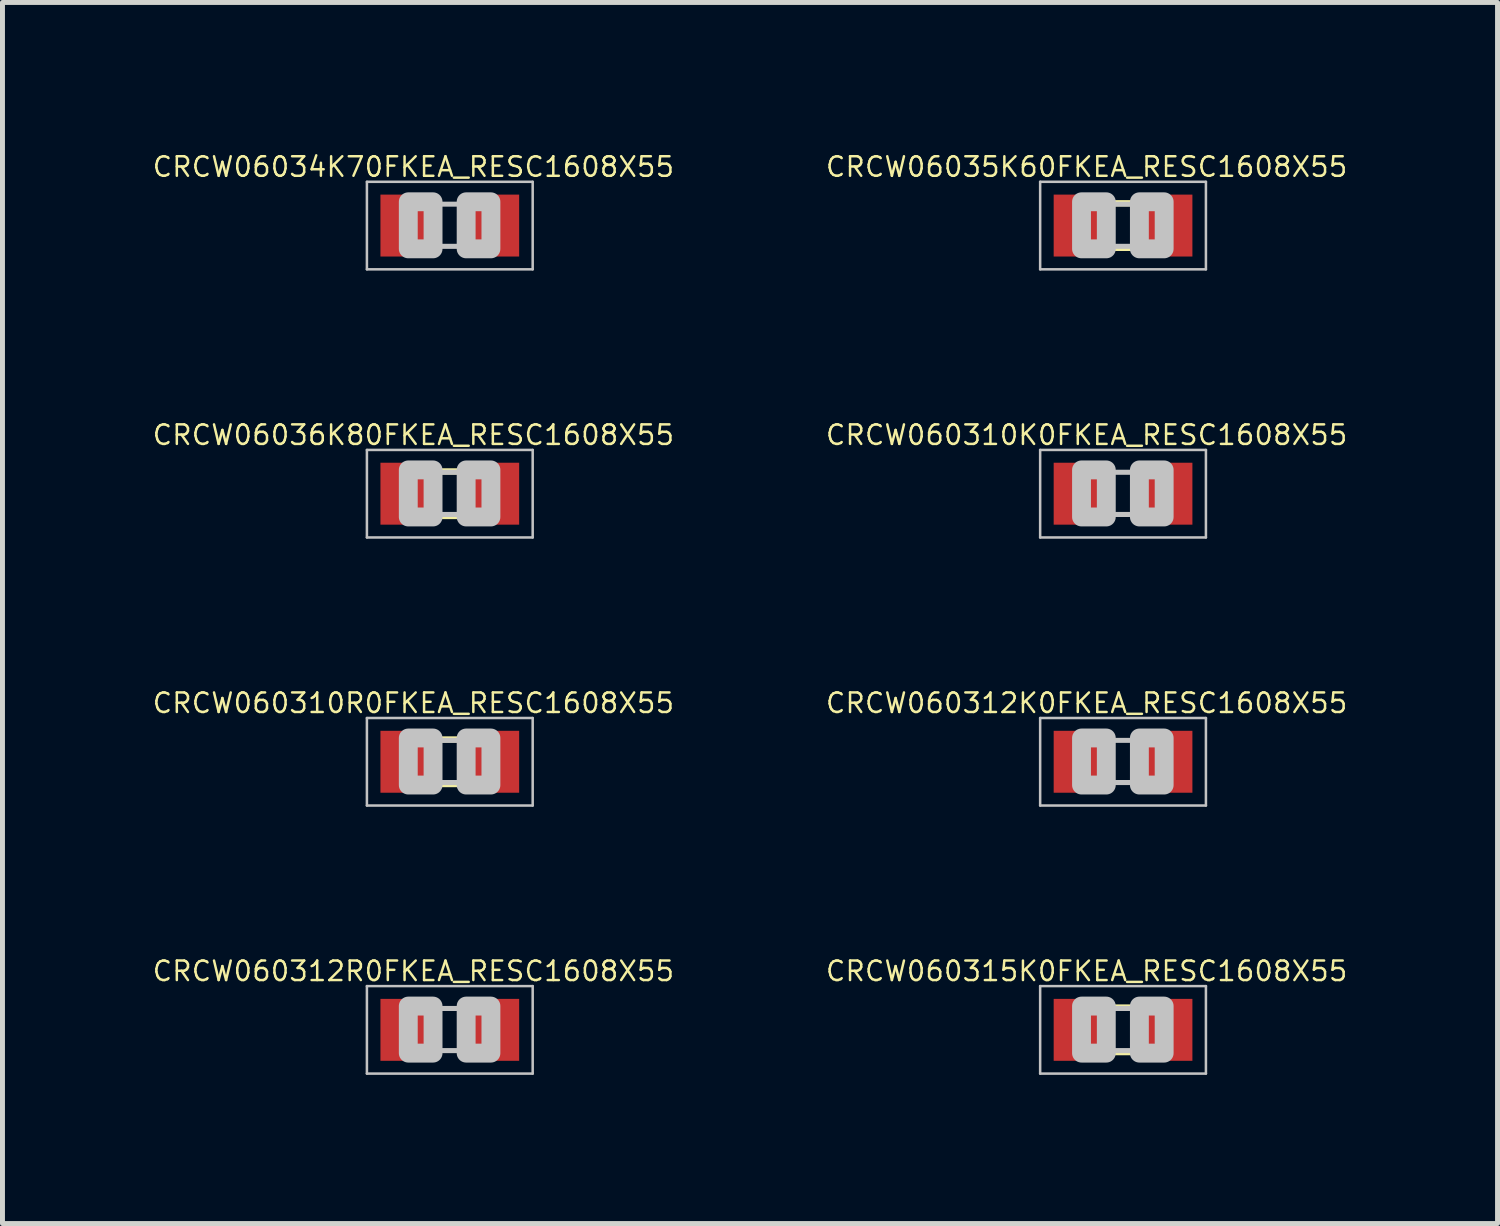
<source format=kicad_pcb>
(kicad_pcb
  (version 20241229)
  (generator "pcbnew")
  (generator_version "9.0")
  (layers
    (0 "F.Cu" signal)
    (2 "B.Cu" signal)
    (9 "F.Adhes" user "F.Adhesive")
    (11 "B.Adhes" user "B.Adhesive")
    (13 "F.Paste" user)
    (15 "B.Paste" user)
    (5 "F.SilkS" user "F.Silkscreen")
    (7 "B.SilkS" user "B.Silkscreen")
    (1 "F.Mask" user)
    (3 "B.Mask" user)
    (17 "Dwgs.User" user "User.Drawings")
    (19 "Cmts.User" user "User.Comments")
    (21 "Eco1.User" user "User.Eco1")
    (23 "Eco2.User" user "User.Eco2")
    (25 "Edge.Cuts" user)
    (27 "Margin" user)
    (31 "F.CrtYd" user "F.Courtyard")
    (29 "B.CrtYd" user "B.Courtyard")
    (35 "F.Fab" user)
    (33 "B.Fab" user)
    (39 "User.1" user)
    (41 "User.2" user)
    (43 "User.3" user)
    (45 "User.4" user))
  (footprint "CRCW060315K0FKEA_RESC1608X55"
    (layer "F.Cu")
    (at 19.618 17.737)
    (property "Reference" "CRCW060315K0FKEA_RESC1608X55" (at -0.735 -1.185 0) (layer "F.SilkS") (effects (font (size 0.394 0.394) (thickness 0.05))))
    (attr smd)
    (fp_line (start -0.15 -0.45) (end 0.15 -0.45) (stroke (width 0.127) (type solid)) (layer "F.SilkS"))
    (fp_line (start -0.15 0.45) (end 0.15 0.45) (stroke (width 0.127) (type solid)) (layer "F.SilkS"))
    (fp_line (start -1.673 -0.883) (end 1.673 -0.883) (stroke (width 0.051) (type solid)) (layer "Dwgs.User"))
    (fp_line (start -1.673 0.883) (end -1.673 -0.883) (stroke (width 0.051) (type solid)) (layer "Dwgs.User"))
    (fp_line (start -0.356 -0.432) (end 0.356 -0.432) (stroke (width 0.102) (type solid)) (layer "Dwgs.User"))
    (fp_line (start -0.356 0.419) (end 0.356 0.419) (stroke (width 0.102) (type solid)) (layer "Dwgs.User"))
    (fp_line (start 1.673 -0.883) (end 1.673 0.883) (stroke (width 0.051) (type solid)) (layer "Dwgs.User"))
    (fp_line (start 1.673 0.883) (end -1.673 0.883) (stroke (width 0.051) (type solid)) (layer "Dwgs.User"))
    (fp_poly (pts (xy -0.838 -0.48) (xy -0.338 -0.48) (xy -0.338 0.47) (xy -0.838 0.47)) (stroke (width 0.381) (type solid)) (fill no) (layer "Dwgs.User"))
    (fp_poly (pts (xy 0.33 -0.48) (xy 0.83 -0.48) (xy 0.83 0.47) (xy 0.33 0.47)) (stroke (width 0.381) (type solid)) (fill no) (layer "Dwgs.User"))
    (pad "1" smd rect (at -0.85 0) (size 1.1 1.25) (layers "F.Cu" "F.Mask" "F.Paste"))
    (pad "2" smd rect (at 0.85 0) (size 1.1 1.25) (layers "F.Cu" "F.Mask" "F.Paste")))
  (footprint "CRCW06034K70FKEA_RESC1608X55"
    (layer "F.Cu")
    (at 6.029 1.503)
    (property "Reference" "CRCW06034K70FKEA_RESC1608X55" (at -0.735 -1.185 0) (layer "F.SilkS") (effects (font (size 0.394 0.394) (thickness 0.05))))
    (attr smd)
    (fp_line (start -1.673 -0.883) (end 1.673 -0.883) (stroke (width 0.051) (type solid)) (layer "Dwgs.User"))
    (fp_line (start -1.673 0.883) (end -1.673 -0.883) (stroke (width 0.051) (type solid)) (layer "Dwgs.User"))
    (fp_line (start -0.356 -0.432) (end 0.356 -0.432) (stroke (width 0.102) (type solid)) (layer "Dwgs.User"))
    (fp_line (start -0.356 0.419) (end 0.356 0.419) (stroke (width 0.102) (type solid)) (layer "Dwgs.User"))
    (fp_line (start 1.673 -0.883) (end 1.673 0.883) (stroke (width 0.051) (type solid)) (layer "Dwgs.User"))
    (fp_line (start 1.673 0.883) (end -1.673 0.883) (stroke (width 0.051) (type solid)) (layer "Dwgs.User"))
    (fp_poly (pts (xy -0.838 -0.48) (xy -0.338 -0.48) (xy -0.338 0.47) (xy -0.838 0.47)) (stroke (width 0.381) (type solid)) (fill no) (layer "Dwgs.User"))
    (fp_poly (pts (xy 0.33 -0.48) (xy 0.83 -0.48) (xy 0.83 0.47) (xy 0.33 0.47)) (stroke (width 0.381) (type solid)) (fill no) (layer "Dwgs.User"))
    (pad "1" smd rect (at -0.85 0) (size 1.1 1.25) (layers "F.Cu" "F.Mask" "F.Paste"))
    (pad "2" smd rect (at 0.85 0) (size 1.1 1.25) (layers "F.Cu" "F.Mask" "F.Paste")))
  (footprint "CRCW060312R0FKEA_RESC1608X55"
    (layer "F.Cu")
    (at 6.029 17.737)
    (property "Reference" "CRCW060312R0FKEA_RESC1608X55" (at -0.735 -1.185 0) (layer "F.SilkS") (effects (font (size 0.394 0.394) (thickness 0.05))))
    (attr smd)
    (fp_line (start -1.673 -0.883) (end 1.673 -0.883) (stroke (width 0.051) (type solid)) (layer "Dwgs.User"))
    (fp_line (start -1.673 0.883) (end -1.673 -0.883) (stroke (width 0.051) (type solid)) (layer "Dwgs.User"))
    (fp_line (start -0.356 -0.432) (end 0.356 -0.432) (stroke (width 0.102) (type solid)) (layer "Dwgs.User"))
    (fp_line (start -0.356 0.419) (end 0.356 0.419) (stroke (width 0.102) (type solid)) (layer "Dwgs.User"))
    (fp_line (start 1.673 -0.883) (end 1.673 0.883) (stroke (width 0.051) (type solid)) (layer "Dwgs.User"))
    (fp_line (start 1.673 0.883) (end -1.673 0.883) (stroke (width 0.051) (type solid)) (layer "Dwgs.User"))
    (fp_poly (pts (xy -0.838 -0.48) (xy -0.338 -0.48) (xy -0.338 0.47) (xy -0.838 0.47)) (stroke (width 0.381) (type solid)) (fill no) (layer "Dwgs.User"))
    (fp_poly (pts (xy 0.33 -0.48) (xy 0.83 -0.48) (xy 0.83 0.47) (xy 0.33 0.47)) (stroke (width 0.381) (type solid)) (fill no) (layer "Dwgs.User"))
    (pad "1" smd rect (at -0.85 0) (size 1.1 1.25) (layers "F.Cu" "F.Mask" "F.Paste"))
    (pad "2" smd rect (at 0.85 0) (size 1.1 1.25) (layers "F.Cu" "F.Mask" "F.Paste")))
  (footprint "CRCW06036K80FKEA_RESC1608X55"
    (layer "F.Cu")
    (at 6.029 6.915)
    (property "Reference" "CRCW06036K80FKEA_RESC1608X55" (at -0.735 -1.185 0) (layer "F.SilkS") (effects (font (size 0.394 0.394) (thickness 0.05))))
    (attr smd)
    (fp_line (start -0.15 -0.45) (end 0.15 -0.45) (stroke (width 0.127) (type solid)) (layer "F.SilkS"))
    (fp_line (start -0.15 0.45) (end 0.15 0.45) (stroke (width 0.127) (type solid)) (layer "F.SilkS"))
    (fp_line (start -1.673 -0.883) (end 1.673 -0.883) (stroke (width 0.051) (type solid)) (layer "Dwgs.User"))
    (fp_line (start -1.673 0.883) (end -1.673 -0.883) (stroke (width 0.051) (type solid)) (layer "Dwgs.User"))
    (fp_line (start -0.356 -0.432) (end 0.356 -0.432) (stroke (width 0.102) (type solid)) (layer "Dwgs.User"))
    (fp_line (start -0.356 0.419) (end 0.356 0.419) (stroke (width 0.102) (type solid)) (layer "Dwgs.User"))
    (fp_line (start 1.673 -0.883) (end 1.673 0.883) (stroke (width 0.051) (type solid)) (layer "Dwgs.User"))
    (fp_line (start 1.673 0.883) (end -1.673 0.883) (stroke (width 0.051) (type solid)) (layer "Dwgs.User"))
    (fp_poly (pts (xy -0.838 -0.48) (xy -0.338 -0.48) (xy -0.338 0.47) (xy -0.838 0.47)) (stroke (width 0.381) (type solid)) (fill no) (layer "Dwgs.User"))
    (fp_poly (pts (xy 0.33 -0.48) (xy 0.83 -0.48) (xy 0.83 0.47) (xy 0.33 0.47)) (stroke (width 0.381) (type solid)) (fill no) (layer "Dwgs.User"))
    (pad "1" smd rect (at -0.85 0) (size 1.1 1.25) (layers "F.Cu" "F.Mask" "F.Paste"))
    (pad "2" smd rect (at 0.85 0) (size 1.1 1.25) (layers "F.Cu" "F.Mask" "F.Paste")))
  (footprint "CRCW060310R0FKEA_RESC1608X55"
    (layer "F.Cu")
    (at 6.029 12.326)
    (property "Reference" "CRCW060310R0FKEA_RESC1608X55" (at -0.735 -1.185 0) (layer "F.SilkS") (effects (font (size 0.394 0.394) (thickness 0.05))))
    (attr smd)
    (fp_line (start -0.15 -0.45) (end 0.15 -0.45) (stroke (width 0.127) (type solid)) (layer "F.SilkS"))
    (fp_line (start -0.15 0.45) (end 0.15 0.45) (stroke (width 0.127) (type solid)) (layer "F.SilkS"))
    (fp_line (start -1.673 -0.883) (end 1.673 -0.883) (stroke (width 0.051) (type solid)) (layer "Dwgs.User"))
    (fp_line (start -1.673 0.883) (end -1.673 -0.883) (stroke (width 0.051) (type solid)) (layer "Dwgs.User"))
    (fp_line (start -0.356 -0.432) (end 0.356 -0.432) (stroke (width 0.102) (type solid)) (layer "Dwgs.User"))
    (fp_line (start -0.356 0.419) (end 0.356 0.419) (stroke (width 0.102) (type solid)) (layer "Dwgs.User"))
    (fp_line (start 1.673 -0.883) (end 1.673 0.883) (stroke (width 0.051) (type solid)) (layer "Dwgs.User"))
    (fp_line (start 1.673 0.883) (end -1.673 0.883) (stroke (width 0.051) (type solid)) (layer "Dwgs.User"))
    (fp_poly (pts (xy -0.838 -0.48) (xy -0.338 -0.48) (xy -0.338 0.47) (xy -0.838 0.47)) (stroke (width 0.381) (type solid)) (fill no) (layer "Dwgs.User"))
    (fp_poly (pts (xy 0.33 -0.48) (xy 0.83 -0.48) (xy 0.83 0.47) (xy 0.33 0.47)) (stroke (width 0.381) (type solid)) (fill no) (layer "Dwgs.User"))
    (pad "1" smd rect (at -0.85 0) (size 1.1 1.25) (layers "F.Cu" "F.Mask" "F.Paste"))
    (pad "2" smd rect (at 0.85 0) (size 1.1 1.25) (layers "F.Cu" "F.Mask" "F.Paste")))
  (footprint "CRCW060310K0FKEA_RESC1608X55"
    (layer "F.Cu")
    (at 19.618 6.915)
    (property "Reference" "CRCW060310K0FKEA_RESC1608X55" (at -0.735 -1.185 0) (layer "F.SilkS") (effects (font (size 0.394 0.394) (thickness 0.05))))
    (attr smd)
    (fp_line (start -1.673 -0.883) (end 1.673 -0.883) (stroke (width 0.051) (type solid)) (layer "Dwgs.User"))
    (fp_line (start -1.673 0.883) (end -1.673 -0.883) (stroke (width 0.051) (type solid)) (layer "Dwgs.User"))
    (fp_line (start -0.356 -0.432) (end 0.356 -0.432) (stroke (width 0.102) (type solid)) (layer "Dwgs.User"))
    (fp_line (start -0.356 0.419) (end 0.356 0.419) (stroke (width 0.102) (type solid)) (layer "Dwgs.User"))
    (fp_line (start 1.673 -0.883) (end 1.673 0.883) (stroke (width 0.051) (type solid)) (layer "Dwgs.User"))
    (fp_line (start 1.673 0.883) (end -1.673 0.883) (stroke (width 0.051) (type solid)) (layer "Dwgs.User"))
    (fp_poly (pts (xy -0.838 -0.48) (xy -0.338 -0.48) (xy -0.338 0.47) (xy -0.838 0.47)) (stroke (width 0.381) (type solid)) (fill no) (layer "Dwgs.User"))
    (fp_poly (pts (xy 0.33 -0.48) (xy 0.83 -0.48) (xy 0.83 0.47) (xy 0.33 0.47)) (stroke (width 0.381) (type solid)) (fill no) (layer "Dwgs.User"))
    (pad "1" smd rect (at -0.85 0) (size 1.1 1.25) (layers "F.Cu" "F.Mask" "F.Paste"))
    (pad "2" smd rect (at 0.85 0) (size 1.1 1.25) (layers "F.Cu" "F.Mask" "F.Paste")))
  (footprint "CRCW06035K60FKEA_RESC1608X55"
    (layer "F.Cu")
    (at 19.618 1.503)
    (property "Reference" "CRCW06035K60FKEA_RESC1608X55" (at -0.735 -1.185 0) (layer "F.SilkS") (effects (font (size 0.394 0.394) (thickness 0.05))))
    (attr smd)
    (fp_line (start -0.15 -0.45) (end 0.15 -0.45) (stroke (width 0.127) (type solid)) (layer "F.SilkS"))
    (fp_line (start -0.15 0.45) (end 0.15 0.45) (stroke (width 0.127) (type solid)) (layer "F.SilkS"))
    (fp_line (start -1.673 -0.883) (end 1.673 -0.883) (stroke (width 0.051) (type solid)) (layer "Dwgs.User"))
    (fp_line (start -1.673 0.883) (end -1.673 -0.883) (stroke (width 0.051) (type solid)) (layer "Dwgs.User"))
    (fp_line (start -0.356 -0.432) (end 0.356 -0.432) (stroke (width 0.102) (type solid)) (layer "Dwgs.User"))
    (fp_line (start -0.356 0.419) (end 0.356 0.419) (stroke (width 0.102) (type solid)) (layer "Dwgs.User"))
    (fp_line (start 1.673 -0.883) (end 1.673 0.883) (stroke (width 0.051) (type solid)) (layer "Dwgs.User"))
    (fp_line (start 1.673 0.883) (end -1.673 0.883) (stroke (width 0.051) (type solid)) (layer "Dwgs.User"))
    (fp_poly (pts (xy -0.838 -0.48) (xy -0.338 -0.48) (xy -0.338 0.47) (xy -0.838 0.47)) (stroke (width 0.381) (type solid)) (fill no) (layer "Dwgs.User"))
    (fp_poly (pts (xy 0.33 -0.48) (xy 0.83 -0.48) (xy 0.83 0.47) (xy 0.33 0.47)) (stroke (width 0.381) (type solid)) (fill no) (layer "Dwgs.User"))
    (pad "1" smd rect (at -0.85 0) (size 1.1 1.25) (layers "F.Cu" "F.Mask" "F.Paste"))
    (pad "2" smd rect (at 0.85 0) (size 1.1 1.25) (layers "F.Cu" "F.Mask" "F.Paste")))
  (footprint "CRCW060312K0FKEA_RESC1608X55"
    (layer "F.Cu")
    (at 19.618 12.326)
    (property "Reference" "CRCW060312K0FKEA_RESC1608X55" (at -0.735 -1.185 0) (layer "F.SilkS") (effects (font (size 0.394 0.394) (thickness 0.05))))
    (attr smd)
    (fp_line (start -1.673 -0.883) (end 1.673 -0.883) (stroke (width 0.051) (type solid)) (layer "Dwgs.User"))
    (fp_line (start -1.673 0.883) (end -1.673 -0.883) (stroke (width 0.051) (type solid)) (layer "Dwgs.User"))
    (fp_line (start -0.356 -0.432) (end 0.356 -0.432) (stroke (width 0.102) (type solid)) (layer "Dwgs.User"))
    (fp_line (start -0.356 0.419) (end 0.356 0.419) (stroke (width 0.102) (type solid)) (layer "Dwgs.User"))
    (fp_line (start 1.673 -0.883) (end 1.673 0.883) (stroke (width 0.051) (type solid)) (layer "Dwgs.User"))
    (fp_line (start 1.673 0.883) (end -1.673 0.883) (stroke (width 0.051) (type solid)) (layer "Dwgs.User"))
    (fp_poly (pts (xy -0.838 -0.48) (xy -0.338 -0.48) (xy -0.338 0.47) (xy -0.838 0.47)) (stroke (width 0.381) (type solid)) (fill no) (layer "Dwgs.User"))
    (fp_poly (pts (xy 0.33 -0.48) (xy 0.83 -0.48) (xy 0.83 0.47) (xy 0.33 0.47)) (stroke (width 0.381) (type solid)) (fill no) (layer "Dwgs.User"))
    (pad "1" smd rect (at -0.85 0) (size 1.1 1.25) (layers "F.Cu" "F.Mask" "F.Paste"))
    (pad "2" smd rect (at 0.85 0) (size 1.1 1.25) (layers "F.Cu" "F.Mask" "F.Paste")))
  (gr_rect
    (start -3 -3)
    (end 27.177 21.646)
    (stroke (width 0.1) (type default))
    (fill no)
    (layer "Edge.Cuts")))
</source>
